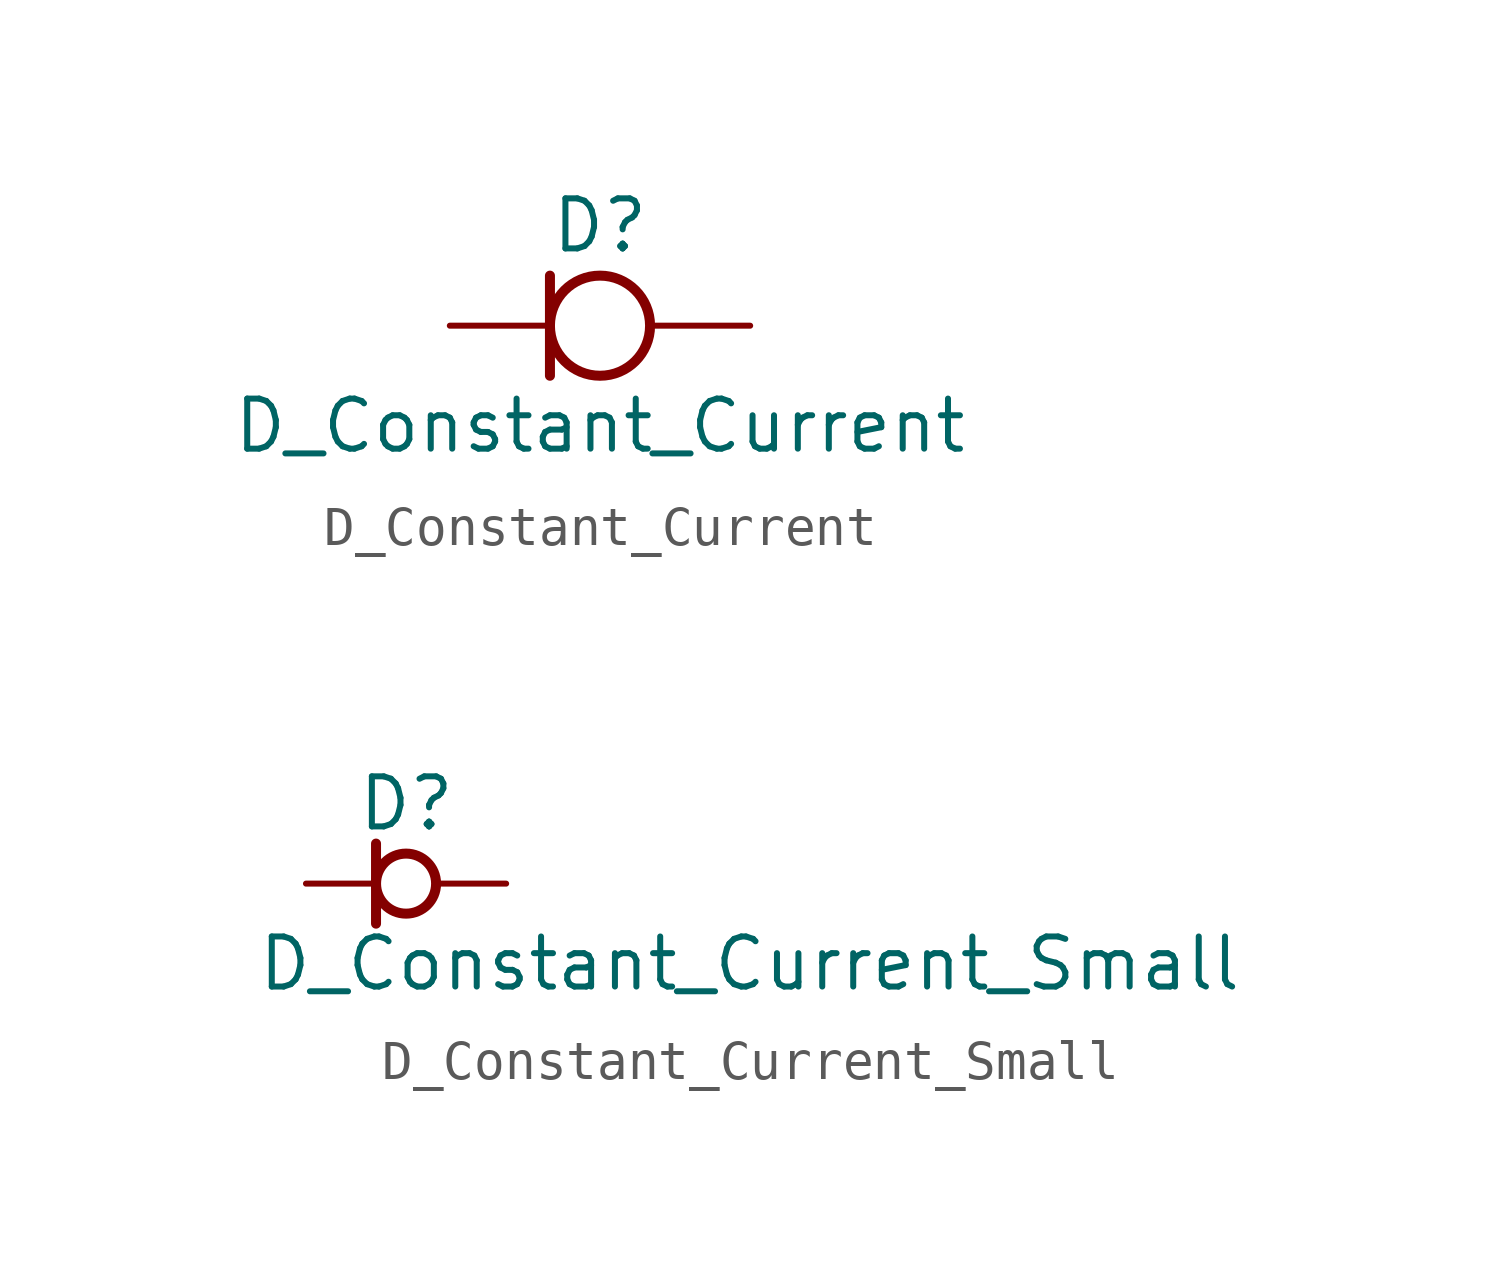
<source format=kicad_sym>
(kicad_symbol_lib
  (version 20231120)
  (generator "kicad_symbol_editor")
  (generator_version "8.0")
  (symbol "D_Constant_Current"
    (pin_numbers hide)
    (pin_names
      (offset 1.016) hide)
    (property "Reference" "D"
      (at 0 2.54 0)
      (effects (font (size 1.27 1.27))))
    (property "Value" "D_Constant_Current"
      (at 0 -2.54 0)
      (effects (font (size 1.27 1.27))))
    (symbol "D_Constant_Current_0_1"
      (polyline (pts (xy -1.27 1.27) (xy -1.27 -1.27)) (stroke (width 0.254) (type default)) (fill (type none))))
    (symbol "D_Constant_Current_1_1"
      (circle (center 0 0) (radius 1.27) (stroke (width 0.254) (type default)) (fill (type none)))
      (pin passive line (at -3.81 0 0) (length 2.54) (name "K" (effects (font (size 1.27 1.27)))) (number "1" (effects (font (size 1.27 1.27)))))
      (pin passive line (at 3.81 0 180) (length 2.54) (name "A" (effects (font (size 1.27 1.27)))) (number "2" (effects (font (size 1.27 1.27)))))))
  (symbol "D_Constant_Current_Small"
    (pin_numbers hide)
    (pin_names
      (offset 0.254) hide)
    (property "Reference" "D"
      (at -1.27 2.032 0)
      (effects (font (size 1.27 1.27)) (justify left)))
    (property "Value" "D_Constant_Current_Small"
      (at -3.81 -2.032 0)
      (effects (font (size 1.27 1.27)) (justify left)))
    (symbol "D_Constant_Current_Small_0_1"
      (polyline (pts (xy -0.762 -1.016) (xy -0.762 1.016)) (stroke (width 0.254) (type default)) (fill (type none))))
    (symbol "D_Constant_Current_Small_1_1"
      (circle (center 0 0) (radius 0.762) (stroke (width 0.254) (type default)) (fill (type none)))
      (pin passive line (at -2.54 0 0) (length 1.778) (name "K" (effects (font (size 1.27 1.27)))) (number "1" (effects (font (size 1.27 1.27)))))
      (pin passive line (at 2.54 0 180) (length 1.778) (name "A" (effects (font (size 1.27 1.27)))) (number "2" (effects (font (size 1.27 1.27))))))))
</source>
